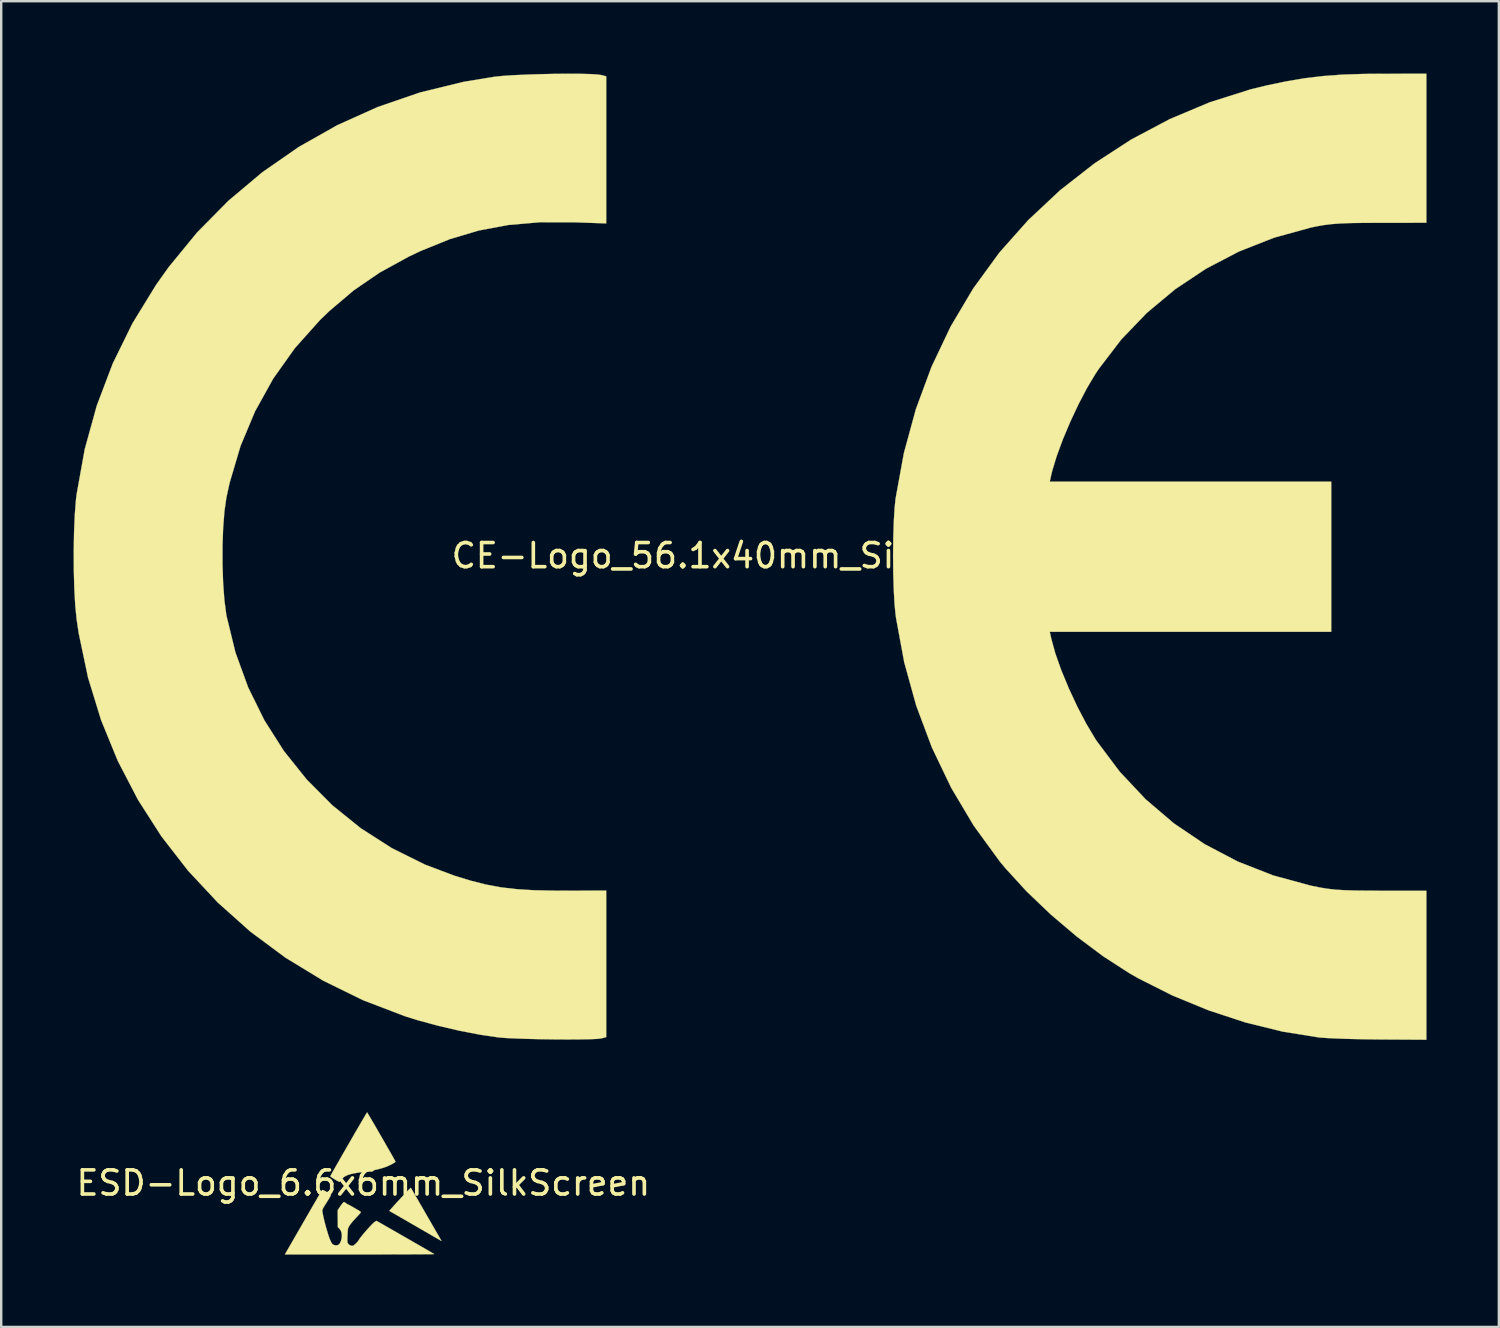
<source format=kicad_pcb>
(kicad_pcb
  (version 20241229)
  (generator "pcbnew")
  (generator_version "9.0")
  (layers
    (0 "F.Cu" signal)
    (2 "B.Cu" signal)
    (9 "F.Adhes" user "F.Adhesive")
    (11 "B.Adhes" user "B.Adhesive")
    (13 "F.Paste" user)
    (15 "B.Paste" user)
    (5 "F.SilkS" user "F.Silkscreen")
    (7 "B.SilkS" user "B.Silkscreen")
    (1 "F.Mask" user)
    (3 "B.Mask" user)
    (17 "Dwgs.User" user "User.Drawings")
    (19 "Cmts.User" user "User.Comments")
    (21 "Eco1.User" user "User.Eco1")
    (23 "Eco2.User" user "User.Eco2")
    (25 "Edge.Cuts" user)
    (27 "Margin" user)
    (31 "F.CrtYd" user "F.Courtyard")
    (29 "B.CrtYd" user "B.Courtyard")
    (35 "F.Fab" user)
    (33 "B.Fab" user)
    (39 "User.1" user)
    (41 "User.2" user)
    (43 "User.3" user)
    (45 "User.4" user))
  (footprint "CE-Logo_56.1x40mm_SilkScreen"
    (layer "F.Cu")
    (at 28.025 19.975)
    (property "Reference" "CE-Logo_56.1x40mm_SilkScreen" (at 0 0 0) (layer "F.SilkS") (effects (font (size 1 1) (thickness 0.15))))
    (attr exclude_from_pos_files exclude_from_bom)
    (fp_poly (pts (xy -7.023 -19.966) (xy -6.596 -19.955) (xy -6.288 -19.935) (xy -6.153 -19.914) (xy -5.956 -19.862) (xy -5.956 -13.768) (xy -7.343 -13.816) (xy -8.732 -13.814) (xy -10.018 -13.702) (xy -11.239 -13.473) (xy -12.435 -13.117) (xy -13.644 -12.626) (xy -14.145 -12.388) (xy -15.341 -11.732) (xy -16.417 -10.995) (xy -17.426 -10.14) (xy -17.819 -9.761) (xy -18.856 -8.601) (xy -19.753 -7.339) (xy -20.506 -5.982) (xy -21.11 -4.541) (xy -21.56 -3.021) (xy -21.694 -2.409) (xy -21.774 -1.852) (xy -21.828 -1.17) (xy -21.855 -0.411) (xy -21.855 0.379) (xy -21.829 1.151) (xy -21.776 1.858) (xy -21.697 2.451) (xy -21.689 2.496) (xy -21.319 4.011) (xy -20.794 5.455) (xy -20.121 6.82) (xy -19.309 8.097) (xy -18.367 9.274) (xy -17.304 10.343) (xy -16.127 11.293) (xy -14.846 12.115) (xy -13.468 12.8) (xy -12.253 13.258) (xy -11.57 13.467) (xy -10.943 13.626) (xy -10.329 13.741) (xy -9.685 13.817) (xy -8.969 13.862) (xy -8.138 13.879) (xy -7.773 13.88) (xy -5.956 13.878) (xy -5.956 19.949) (xy -6.153 20.002) (xy -6.321 20.022) (xy -6.632 20.036) (xy -7.054 20.043) (xy -7.555 20.046) (xy -8.103 20.043) (xy -8.665 20.035) (xy -9.21 20.022) (xy -9.705 20.005) (xy -10.119 19.985) (xy -10.419 19.96) (xy -10.423 19.96) (xy -11.171 19.851) (xy -12.016 19.688) (xy -12.893 19.485) (xy -13.737 19.257) (xy -14.274 19.091) (xy -16.026 18.422) (xy -17.686 17.608) (xy -19.248 16.656) (xy -20.705 15.575) (xy -22.051 14.372) (xy -23.28 13.056) (xy -24.384 11.634) (xy -25.358 10.114) (xy -26.194 8.505) (xy -26.886 6.813) (xy -27.428 5.048) (xy -27.813 3.216) (xy -27.901 2.628) (xy -27.957 2.066) (xy -27.995 1.378) (xy -28.016 0.609) (xy -28.02 -0.193) (xy -28.006 -0.981) (xy -27.975 -1.708) (xy -27.926 -2.327) (xy -27.901 -2.54) (xy -27.564 -4.411) (xy -27.064 -6.219) (xy -26.404 -7.96) (xy -25.585 -9.629) (xy -24.608 -11.222) (xy -24.086 -11.956) (xy -22.906 -13.395) (xy -21.608 -14.709) (xy -20.202 -15.89) (xy -18.697 -16.935) (xy -17.102 -17.837) (xy -15.425 -18.591) (xy -13.676 -19.192) (xy -11.864 -19.635) (xy -10.601 -19.843) (xy -10.253 -19.879) (xy -9.797 -19.909) (xy -9.265 -19.933) (xy -8.689 -19.952) (xy -8.102 -19.964) (xy -7.536 -19.969) (xy -7.023 -19.966)) (stroke (width 0.01) (type solid)) (fill yes) (layer "F.SilkS"))
    (fp_poly (pts (xy 28.028 -16.882) (xy 28.028 -13.795) (xy 26.079 -13.793) (xy 25.404 -13.79) (xy 24.87 -13.782) (xy 24.443 -13.765) (xy 24.089 -13.738) (xy 23.775 -13.698) (xy 23.466 -13.643) (xy 23.241 -13.596) (xy 21.719 -13.177) (xy 20.267 -12.606) (xy 18.897 -11.891) (xy 17.619 -11.04) (xy 16.446 -10.061) (xy 15.389 -8.962) (xy 14.461 -7.75) (xy 14.298 -7.505) (xy 13.955 -6.929) (xy 13.605 -6.258) (xy 13.267 -5.536) (xy 12.961 -4.809) (xy 12.708 -4.121) (xy 12.526 -3.52) (xy 12.485 -3.35) (xy 12.423 -3.066) (xy 24.086 -3.066) (xy 24.086 3.153) (xy 12.423 3.153) (xy 12.485 3.438) (xy 12.651 4.043) (xy 12.899 4.744) (xy 13.21 5.494) (xy 13.561 6.249) (xy 13.934 6.962) (xy 14.307 7.587) (xy 14.369 7.682) (xy 15.321 8.95) (xy 16.388 10.087) (xy 17.565 11.091) (xy 18.843 11.955) (xy 20.218 12.676) (xy 21.681 13.249) (xy 23.227 13.67) (xy 23.265 13.678) (xy 23.613 13.749) (xy 23.934 13.801) (xy 24.262 13.838) (xy 24.635 13.862) (xy 25.087 13.875) (xy 25.654 13.881) (xy 26.123 13.882) (xy 28.028 13.882) (xy 28.028 20.057) (xy 26.123 20.046) (xy 25.514 20.039) (xy 24.92 20.026) (xy 24.378 20.009) (xy 23.928 19.988) (xy 23.607 19.965) (xy 23.561 19.96) (xy 22.068 19.72) (xy 20.533 19.342) (xy 18.998 18.838) (xy 17.503 18.223) (xy 16.092 17.512) (xy 15.722 17.301) (xy 14.639 16.602) (xy 13.541 15.781) (xy 12.47 14.873) (xy 11.469 13.917) (xy 10.583 12.949) (xy 10.341 12.656) (xy 9.273 11.189) (xy 8.338 9.616) (xy 7.541 7.952) (xy 6.89 6.214) (xy 6.392 4.417) (xy 6.052 2.576) (xy 6.035 2.452) (xy 5.989 1.978) (xy 5.957 1.377) (xy 5.937 0.695) (xy 5.931 -0.026) (xy 5.939 -0.742) (xy 5.96 -1.408) (xy 5.994 -1.981) (xy 6.034 -2.365) (xy 6.378 -4.251) (xy 6.876 -6.075) (xy 7.524 -7.827) (xy 8.316 -9.495) (xy 9.25 -11.069) (xy 10.319 -12.537) (xy 10.341 -12.566) (xy 11.535 -13.909) (xy 12.854 -15.144) (xy 14.281 -16.259) (xy 15.8 -17.245) (xy 17.396 -18.091) (xy 19.052 -18.787) (xy 20.751 -19.324) (xy 21.415 -19.486) (xy 22.236 -19.657) (xy 22.998 -19.785) (xy 23.752 -19.875) (xy 24.545 -19.933) (xy 25.428 -19.962) (xy 26.166 -19.968) (xy 28.028 -19.97) (xy 28.028 -16.882)) (stroke (width 0.01) (type solid)) (fill yes) (layer "F.SilkS")))
  (footprint "ESD-Logo_6.6x6mm_SilkScreen"
    (layer "F.Cu")
    (at 12.006 45.969)
    (property "Reference" "ESD-Logo_6.6x6mm_SilkScreen" (at 0 0 0) (layer "F.SilkS") (effects (font (size 1 1) (thickness 0.15))))
    (attr board_only exclude_from_pos_files exclude_from_bom allow_missing_courtyard)
    (fp_poly (pts (xy 1.988 0.235) (xy 1.999 0.254) (xy 2.024 0.297) (xy 2.063 0.364) (xy 2.113 0.45) (xy 2.174 0.555) (xy 2.244 0.675) (xy 2.321 0.809) (xy 2.405 0.955) (xy 2.495 1.11) (xy 2.587 1.27) (xy 2.681 1.433) (xy 2.771 1.59) (xy 2.857 1.738) (xy 2.936 1.874) (xy 3.007 1.998) (xy 3.069 2.105) (xy 3.121 2.195) (xy 3.161 2.265) (xy 3.189 2.313) (xy 3.202 2.335) (xy 3.223 2.372) (xy 3.234 2.396) (xy 3.235 2.4) (xy 3.221 2.392) (xy 3.182 2.37) (xy 3.12 2.335) (xy 3.038 2.288) (xy 2.937 2.23) (xy 2.82 2.162) (xy 2.688 2.085) (xy 2.543 2.002) (xy 2.387 1.912) (xy 2.223 1.817) (xy 2.161 1.781) (xy 1.993 1.684) (xy 1.834 1.592) (xy 1.684 1.505) (xy 1.546 1.426) (xy 1.422 1.354) (xy 1.314 1.292) (xy 1.223 1.24) (xy 1.153 1.2) (xy 1.104 1.172) (xy 1.08 1.158) (xy 1.077 1.157) (xy 1.085 1.145) (xy 1.111 1.114) (xy 1.153 1.066) (xy 1.208 1.004) (xy 1.274 0.93) (xy 1.347 0.849) (xy 1.426 0.763) (xy 1.508 0.674) (xy 1.589 0.586) (xy 1.668 0.502) (xy 1.741 0.423) (xy 1.807 0.354) (xy 1.862 0.298) (xy 1.903 0.256) (xy 1.917 0.242) (xy 1.964 0.198) (xy 1.988 0.235)) (stroke (width 0.01) (type solid)) (fill yes) (layer "F.SilkS"))
    (fp_poly (pts (xy 0.164 -2.914) (xy 0.187 -2.877) (xy 0.223 -2.817) (xy 0.269 -2.739) (xy 0.325 -2.643) (xy 0.389 -2.534) (xy 0.46 -2.412) (xy 0.536 -2.282) (xy 0.615 -2.144) (xy 0.697 -2.002) (xy 0.78 -1.859) (xy 0.862 -1.717) (xy 0.942 -1.577) (xy 1.018 -1.444) (xy 1.09 -1.319) (xy 1.155 -1.205) (xy 1.212 -1.105) (xy 1.259 -1.02) (xy 1.296 -0.954) (xy 1.321 -0.909) (xy 1.332 -0.888) (xy 1.332 -0.886) (xy 1.319 -0.868) (xy 1.281 -0.84) (xy 1.224 -0.805) (xy 1.152 -0.766) (xy 1.077 -0.729) (xy 0.975 -0.684) (xy 0.867 -0.644) (xy 0.75 -0.607) (xy 0.621 -0.573) (xy 0.475 -0.541) (xy 0.309 -0.51) (xy 0.119 -0.479) (xy -0.078 -0.45) (xy -0.248 -0.424) (xy -0.391 -0.399) (xy -0.511 -0.372) (xy -0.61 -0.344) (xy -0.693 -0.312) (xy -0.763 -0.275) (xy -0.823 -0.231) (xy -0.878 -0.181) (xy -0.896 -0.162) (xy -0.934 -0.119) (xy -0.962 -0.083) (xy -0.975 -0.062) (xy -0.976 -0.061) (xy -0.98 -0.05) (xy -0.996 -0.05) (xy -1.027 -0.062) (xy -1.075 -0.087) (xy -1.144 -0.126) (xy -1.193 -0.154) (xy -1.264 -0.199) (xy -1.32 -0.237) (xy -1.356 -0.266) (xy -1.369 -0.283) (xy -1.369 -0.283) (xy -1.361 -0.299) (xy -1.339 -0.34) (xy -1.304 -0.402) (xy -1.258 -0.485) (xy -1.201 -0.586) (xy -1.135 -0.702) (xy -1.061 -0.831) (xy -0.98 -0.972) (xy -0.895 -1.122) (xy -0.805 -1.278) (xy -0.713 -1.438) (xy -0.619 -1.601) (xy -0.525 -1.764) (xy -0.432 -1.925) (xy -0.342 -2.082) (xy -0.255 -2.231) (xy -0.173 -2.372) (xy -0.097 -2.502) (xy -0.029 -2.619) (xy 0.03 -2.72) (xy 0.079 -2.804) (xy 0.117 -2.868) (xy 0.143 -2.909) (xy 0.154 -2.927) (xy 0.155 -2.927) (xy 0.164 -2.914)) (stroke (width 0.01) (type solid)) (fill yes) (layer "F.SilkS"))
    (fp_poly (pts (xy -1.678 0.291) (xy -1.645 0.304) (xy -1.596 0.329) (xy -1.525 0.368) (xy -1.519 0.371) (xy -1.454 0.408) (xy -1.398 0.441) (xy -1.359 0.466) (xy -1.34 0.48) (xy -1.339 0.48) (xy -1.344 0.499) (xy -1.365 0.542) (xy -1.4 0.605) (xy -1.449 0.687) (xy -1.509 0.785) (xy -1.581 0.898) (xy -1.599 0.925) (xy -1.645 1.002) (xy -1.679 1.068) (xy -1.697 1.117) (xy -1.699 1.127) (xy -1.698 1.169) (xy -1.689 1.237) (xy -1.672 1.326) (xy -1.649 1.431) (xy -1.622 1.548) (xy -1.59 1.673) (xy -1.556 1.801) (xy -1.52 1.928) (xy -1.484 2.049) (xy -1.449 2.161) (xy -1.416 2.259) (xy -1.385 2.338) (xy -1.364 2.385) (xy -1.34 2.435) (xy -1.316 2.483) (xy -1.315 2.486) (xy -1.276 2.534) (xy -1.22 2.567) (xy -1.154 2.582) (xy -1.088 2.58) (xy -1.029 2.558) (xy -0.996 2.529) (xy -0.948 2.451) (xy -0.913 2.352) (xy -0.894 2.245) (xy -0.891 2.184) (xy -0.902 2.07) (xy -0.934 1.976) (xy -0.989 1.896) (xy -1.006 1.879) (xy -1.057 1.829) (xy -1.061 1.479) (xy -1.064 1.129) (xy -0.975 0.995) (xy -0.933 0.933) (xy -0.893 0.878) (xy -0.86 0.837) (xy -0.846 0.822) (xy -0.806 0.785) (xy -0.751 0.814) (xy -0.717 0.835) (xy -0.698 0.851) (xy -0.697 0.854) (xy -0.684 0.867) (xy -0.662 0.876) (xy -0.641 0.884) (xy -0.608 0.9) (xy -0.562 0.925) (xy -0.498 0.961) (xy -0.415 1.008) (xy -0.309 1.069) (xy -0.252 1.103) (xy -0.184 1.143) (xy -0.14 1.172) (xy -0.115 1.192) (xy -0.106 1.208) (xy -0.107 1.222) (xy -0.109 1.225) (xy -0.125 1.245) (xy -0.158 1.284) (xy -0.205 1.336) (xy -0.262 1.397) (xy -0.311 1.449) (xy -0.425 1.573) (xy -0.514 1.68) (xy -0.579 1.771) (xy -0.621 1.849) (xy -0.635 1.888) (xy -0.641 1.922) (xy -0.647 1.981) (xy -0.652 2.057) (xy -0.657 2.144) (xy -0.659 2.199) (xy -0.663 2.294) (xy -0.664 2.364) (xy -0.663 2.413) (xy -0.66 2.448) (xy -0.653 2.473) (xy -0.644 2.493) (xy -0.636 2.506) (xy -0.592 2.555) (xy -0.534 2.589) (xy -0.474 2.603) (xy -0.429 2.598) (xy -0.388 2.575) (xy -0.337 2.533) (xy -0.283 2.481) (xy -0.233 2.425) (xy -0.194 2.372) (xy -0.179 2.346) (xy -0.158 2.311) (xy -0.118 2.257) (xy -0.065 2.19) (xy -0.001 2.112) (xy 0.07 2.029) (xy 0.144 1.944) (xy 0.218 1.861) (xy 0.288 1.785) (xy 0.35 1.72) (xy 0.399 1.673) (xy 0.454 1.625) (xy 0.5 1.59) (xy 0.532 1.571) (xy 0.542 1.569) (xy 0.559 1.577) (xy 0.6 1.6) (xy 0.663 1.635) (xy 0.745 1.682) (xy 0.845 1.739) (xy 0.96 1.805) (xy 1.088 1.878) (xy 1.226 1.957) (xy 1.372 2.041) (xy 1.524 2.128) (xy 1.679 2.217) (xy 1.835 2.306) (xy 1.989 2.395) (xy 2.139 2.482) (xy 2.284 2.565) (xy 2.42 2.644) (xy 2.545 2.716) (xy 2.656 2.781) (xy 2.753 2.837) (xy 2.831 2.883) (xy 2.889 2.917) (xy 2.924 2.938) (xy 2.934 2.945) (xy 2.92 2.946) (xy 2.877 2.948) (xy 2.806 2.949) (xy 2.708 2.95) (xy 2.584 2.951) (xy 2.437 2.952) (xy 2.268 2.953) (xy 2.078 2.954) (xy 1.868 2.955) (xy 1.64 2.956) (xy 1.396 2.956) (xy 1.137 2.957) (xy 0.864 2.957) (xy 0.579 2.958) (xy 0.282 2.958) (xy -0.023 2.958) (xy -0.151 2.958) (xy -3.251 2.958) (xy -3.03 2.575) (xy -2.983 2.494) (xy -2.923 2.389) (xy -2.851 2.265) (xy -2.77 2.124) (xy -2.682 1.971) (xy -2.588 1.808) (xy -2.491 1.639) (xy -2.392 1.468) (xy -2.294 1.298) (xy -2.269 1.255) (xy -2.179 1.098) (xy -2.093 0.949) (xy -2.012 0.81) (xy -1.938 0.682) (xy -1.872 0.569) (xy -1.816 0.473) (xy -1.77 0.395) (xy -1.736 0.338) (xy -1.716 0.305) (xy -1.71 0.296) (xy -1.698 0.289) (xy -1.678 0.291)) (stroke (width 0.01) (type solid)) (fill yes) (layer "F.SilkS")))
  (gr_rect
    (start -3 -3)
    (end 59.057 51.932)
    (stroke (width 0.1) (type default))
    (fill no)
    (layer "Edge.Cuts")))
</source>
